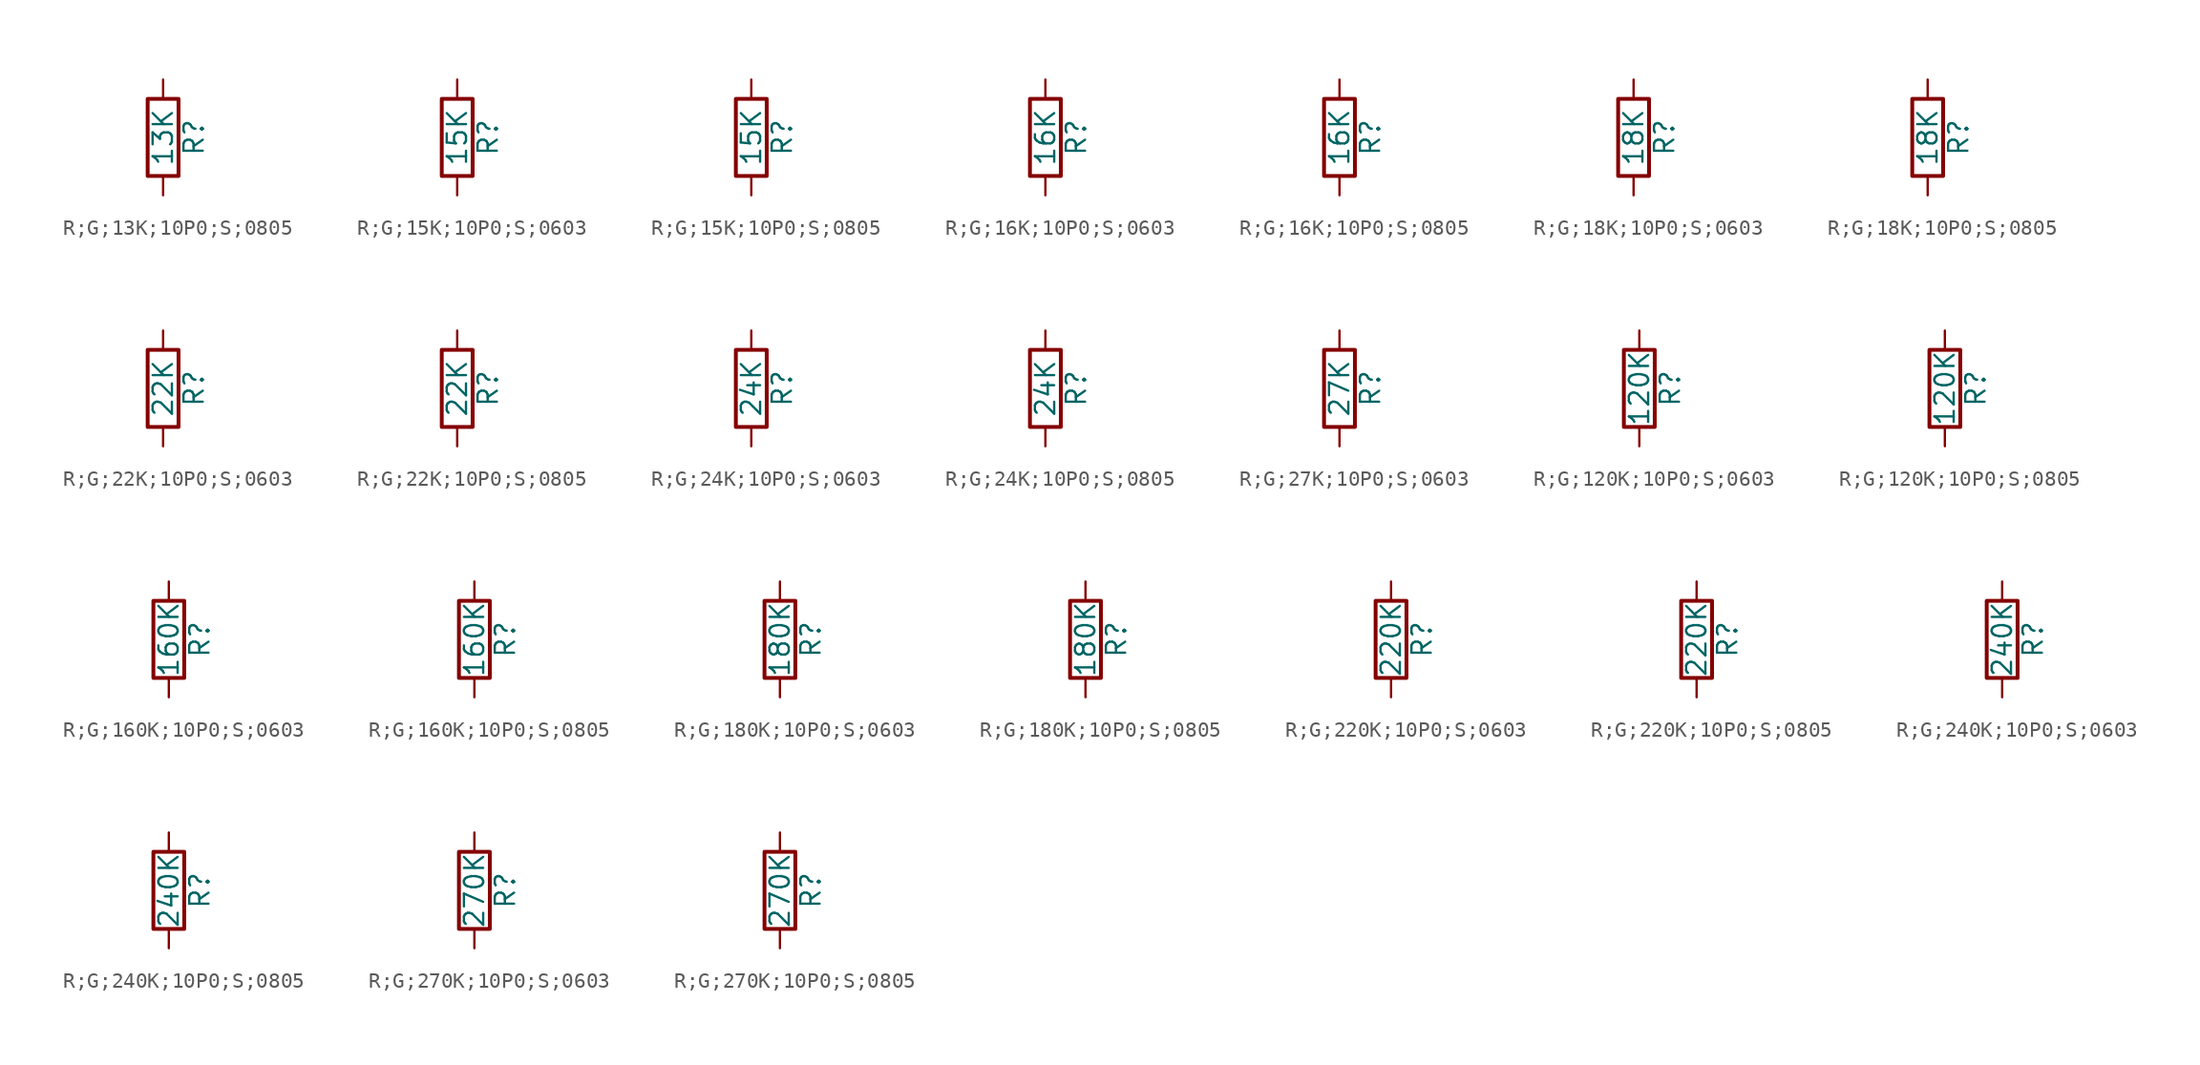
<source format=kicad_sym>
(kicad_symbol_lib
  (version 20231120)
  (generator "kicad_symbol_editor")
  (generator_version "8.0")
  (symbol "R;G;13K;10P0;S;0805"
    (pin_numbers hide)
    (pin_names
      (offset 0))
    (property "Reference" "R"
      (at 2.032 0 90)
      (effects (font (size 1.27 1.27))))
    (property "Value" "13K"
      (at 0 0 90)
      (effects (font (size 1.27 1.27))))
    (symbol "R;G;13K;10P0;S;0805_0_1"
      (rectangle (start -1.016 -2.54) (end 1.016 2.54) (stroke (width 0.254) (type default)) (fill (type none))))
    (symbol "R;G;13K;10P0;S;0805_1_1"
      (pin passive line (at 0 3.81 270) (length 1.27) (name "~" (effects (font (size 1.27 1.27)))) (number "1" (effects (font (size 1.27 1.27)))))
      (pin passive line (at 0 -3.81 90) (length 1.27) (name "~" (effects (font (size 1.27 1.27)))) (number "2" (effects (font (size 1.27 1.27)))))))
  (symbol "R;G;15K;10P0;S;0603"
    (pin_numbers hide)
    (pin_names
      (offset 0))
    (property "Reference" "R"
      (at 2.032 0 90)
      (effects (font (size 1.27 1.27))))
    (property "Value" "15K"
      (at 0 0 90)
      (effects (font (size 1.27 1.27))))
    (symbol "R;G;15K;10P0;S;0603_0_1"
      (rectangle (start -1.016 -2.54) (end 1.016 2.54) (stroke (width 0.254) (type default)) (fill (type none))))
    (symbol "R;G;15K;10P0;S;0603_1_1"
      (pin passive line (at 0 3.81 270) (length 1.27) (name "~" (effects (font (size 1.27 1.27)))) (number "1" (effects (font (size 1.27 1.27)))))
      (pin passive line (at 0 -3.81 90) (length 1.27) (name "~" (effects (font (size 1.27 1.27)))) (number "2" (effects (font (size 1.27 1.27)))))))
  (symbol "R;G;15K;10P0;S;0805"
    (pin_numbers hide)
    (pin_names
      (offset 0))
    (property "Reference" "R"
      (at 2.032 0 90)
      (effects (font (size 1.27 1.27))))
    (property "Value" "15K"
      (at 0 0 90)
      (effects (font (size 1.27 1.27))))
    (symbol "R;G;15K;10P0;S;0805_0_1"
      (rectangle (start -1.016 -2.54) (end 1.016 2.54) (stroke (width 0.254) (type default)) (fill (type none))))
    (symbol "R;G;15K;10P0;S;0805_1_1"
      (pin passive line (at 0 3.81 270) (length 1.27) (name "~" (effects (font (size 1.27 1.27)))) (number "1" (effects (font (size 1.27 1.27)))))
      (pin passive line (at 0 -3.81 90) (length 1.27) (name "~" (effects (font (size 1.27 1.27)))) (number "2" (effects (font (size 1.27 1.27)))))))
  (symbol "R;G;16K;10P0;S;0603"
    (pin_numbers hide)
    (pin_names
      (offset 0))
    (property "Reference" "R"
      (at 2.032 0 90)
      (effects (font (size 1.27 1.27))))
    (property "Value" "16K"
      (at 0 0 90)
      (effects (font (size 1.27 1.27))))
    (symbol "R;G;16K;10P0;S;0603_0_1"
      (rectangle (start -1.016 -2.54) (end 1.016 2.54) (stroke (width 0.254) (type default)) (fill (type none))))
    (symbol "R;G;16K;10P0;S;0603_1_1"
      (pin passive line (at 0 3.81 270) (length 1.27) (name "~" (effects (font (size 1.27 1.27)))) (number "1" (effects (font (size 1.27 1.27)))))
      (pin passive line (at 0 -3.81 90) (length 1.27) (name "~" (effects (font (size 1.27 1.27)))) (number "2" (effects (font (size 1.27 1.27)))))))
  (symbol "R;G;16K;10P0;S;0805"
    (pin_numbers hide)
    (pin_names
      (offset 0))
    (property "Reference" "R"
      (at 2.032 0 90)
      (effects (font (size 1.27 1.27))))
    (property "Value" "16K"
      (at 0 0 90)
      (effects (font (size 1.27 1.27))))
    (symbol "R;G;16K;10P0;S;0805_0_1"
      (rectangle (start -1.016 -2.54) (end 1.016 2.54) (stroke (width 0.254) (type default)) (fill (type none))))
    (symbol "R;G;16K;10P0;S;0805_1_1"
      (pin passive line (at 0 3.81 270) (length 1.27) (name "~" (effects (font (size 1.27 1.27)))) (number "1" (effects (font (size 1.27 1.27)))))
      (pin passive line (at 0 -3.81 90) (length 1.27) (name "~" (effects (font (size 1.27 1.27)))) (number "2" (effects (font (size 1.27 1.27)))))))
  (symbol "R;G;18K;10P0;S;0603"
    (pin_numbers hide)
    (pin_names
      (offset 0))
    (property "Reference" "R"
      (at 2.032 0 90)
      (effects (font (size 1.27 1.27))))
    (property "Value" "18K"
      (at 0 0 90)
      (effects (font (size 1.27 1.27))))
    (symbol "R;G;18K;10P0;S;0603_0_1"
      (rectangle (start -1.016 -2.54) (end 1.016 2.54) (stroke (width 0.254) (type default)) (fill (type none))))
    (symbol "R;G;18K;10P0;S;0603_1_1"
      (pin passive line (at 0 3.81 270) (length 1.27) (name "~" (effects (font (size 1.27 1.27)))) (number "1" (effects (font (size 1.27 1.27)))))
      (pin passive line (at 0 -3.81 90) (length 1.27) (name "~" (effects (font (size 1.27 1.27)))) (number "2" (effects (font (size 1.27 1.27)))))))
  (symbol "R;G;18K;10P0;S;0805"
    (pin_numbers hide)
    (pin_names
      (offset 0))
    (property "Reference" "R"
      (at 2.032 0 90)
      (effects (font (size 1.27 1.27))))
    (property "Value" "18K"
      (at 0 0 90)
      (effects (font (size 1.27 1.27))))
    (symbol "R;G;18K;10P0;S;0805_0_1"
      (rectangle (start -1.016 -2.54) (end 1.016 2.54) (stroke (width 0.254) (type default)) (fill (type none))))
    (symbol "R;G;18K;10P0;S;0805_1_1"
      (pin passive line (at 0 3.81 270) (length 1.27) (name "~" (effects (font (size 1.27 1.27)))) (number "1" (effects (font (size 1.27 1.27)))))
      (pin passive line (at 0 -3.81 90) (length 1.27) (name "~" (effects (font (size 1.27 1.27)))) (number "2" (effects (font (size 1.27 1.27)))))))
  (symbol "R;G;22K;10P0;S;0603"
    (pin_numbers hide)
    (pin_names
      (offset 0))
    (property "Reference" "R"
      (at 2.032 0 90)
      (effects (font (size 1.27 1.27))))
    (property "Value" "22K"
      (at 0 0 90)
      (effects (font (size 1.27 1.27))))
    (symbol "R;G;22K;10P0;S;0603_0_1"
      (rectangle (start -1.016 -2.54) (end 1.016 2.54) (stroke (width 0.254) (type default)) (fill (type none))))
    (symbol "R;G;22K;10P0;S;0603_1_1"
      (pin passive line (at 0 3.81 270) (length 1.27) (name "~" (effects (font (size 1.27 1.27)))) (number "1" (effects (font (size 1.27 1.27)))))
      (pin passive line (at 0 -3.81 90) (length 1.27) (name "~" (effects (font (size 1.27 1.27)))) (number "2" (effects (font (size 1.27 1.27)))))))
  (symbol "R;G;22K;10P0;S;0805"
    (pin_numbers hide)
    (pin_names
      (offset 0))
    (property "Reference" "R"
      (at 2.032 0 90)
      (effects (font (size 1.27 1.27))))
    (property "Value" "22K"
      (at 0 0 90)
      (effects (font (size 1.27 1.27))))
    (symbol "R;G;22K;10P0;S;0805_0_1"
      (rectangle (start -1.016 -2.54) (end 1.016 2.54) (stroke (width 0.254) (type default)) (fill (type none))))
    (symbol "R;G;22K;10P0;S;0805_1_1"
      (pin passive line (at 0 3.81 270) (length 1.27) (name "~" (effects (font (size 1.27 1.27)))) (number "1" (effects (font (size 1.27 1.27)))))
      (pin passive line (at 0 -3.81 90) (length 1.27) (name "~" (effects (font (size 1.27 1.27)))) (number "2" (effects (font (size 1.27 1.27)))))))
  (symbol "R;G;24K;10P0;S;0603"
    (pin_numbers hide)
    (pin_names
      (offset 0))
    (property "Reference" "R"
      (at 2.032 0 90)
      (effects (font (size 1.27 1.27))))
    (property "Value" "24K"
      (at 0 0 90)
      (effects (font (size 1.27 1.27))))
    (symbol "R;G;24K;10P0;S;0603_0_1"
      (rectangle (start -1.016 -2.54) (end 1.016 2.54) (stroke (width 0.254) (type default)) (fill (type none))))
    (symbol "R;G;24K;10P0;S;0603_1_1"
      (pin passive line (at 0 3.81 270) (length 1.27) (name "~" (effects (font (size 1.27 1.27)))) (number "1" (effects (font (size 1.27 1.27)))))
      (pin passive line (at 0 -3.81 90) (length 1.27) (name "~" (effects (font (size 1.27 1.27)))) (number "2" (effects (font (size 1.27 1.27)))))))
  (symbol "R;G;24K;10P0;S;0805"
    (pin_numbers hide)
    (pin_names
      (offset 0))
    (property "Reference" "R"
      (at 2.032 0 90)
      (effects (font (size 1.27 1.27))))
    (property "Value" "24K"
      (at 0 0 90)
      (effects (font (size 1.27 1.27))))
    (symbol "R;G;24K;10P0;S;0805_0_1"
      (rectangle (start -1.016 -2.54) (end 1.016 2.54) (stroke (width 0.254) (type default)) (fill (type none))))
    (symbol "R;G;24K;10P0;S;0805_1_1"
      (pin passive line (at 0 3.81 270) (length 1.27) (name "~" (effects (font (size 1.27 1.27)))) (number "1" (effects (font (size 1.27 1.27)))))
      (pin passive line (at 0 -3.81 90) (length 1.27) (name "~" (effects (font (size 1.27 1.27)))) (number "2" (effects (font (size 1.27 1.27)))))))
  (symbol "R;G;27K;10P0;S;0603"
    (pin_numbers hide)
    (pin_names
      (offset 0))
    (property "Reference" "R"
      (at 2.032 0 90)
      (effects (font (size 1.27 1.27))))
    (property "Value" "27K"
      (at 0 0 90)
      (effects (font (size 1.27 1.27))))
    (symbol "R;G;27K;10P0;S;0603_0_1"
      (rectangle (start -1.016 -2.54) (end 1.016 2.54) (stroke (width 0.254) (type default)) (fill (type none))))
    (symbol "R;G;27K;10P0;S;0603_1_1"
      (pin passive line (at 0 3.81 270) (length 1.27) (name "~" (effects (font (size 1.27 1.27)))) (number "1" (effects (font (size 1.27 1.27)))))
      (pin passive line (at 0 -3.81 90) (length 1.27) (name "~" (effects (font (size 1.27 1.27)))) (number "2" (effects (font (size 1.27 1.27)))))))
  (symbol "R;G;120K;10P0;S;0603"
    (pin_numbers hide)
    (pin_names
      (offset 0))
    (property "Reference" "R"
      (at 2.032 0 90)
      (effects (font (size 1.27 1.27))))
    (property "Value" "120K"
      (at 0 0 90)
      (effects (font (size 1.27 1.27))))
    (symbol "R;G;120K;10P0;S;0603_0_1"
      (rectangle (start -1.016 -2.54) (end 1.016 2.54) (stroke (width 0.254) (type default)) (fill (type none))))
    (symbol "R;G;120K;10P0;S;0603_1_1"
      (pin passive line (at 0 3.81 270) (length 1.27) (name "~" (effects (font (size 1.27 1.27)))) (number "1" (effects (font (size 1.27 1.27)))))
      (pin passive line (at 0 -3.81 90) (length 1.27) (name "~" (effects (font (size 1.27 1.27)))) (number "2" (effects (font (size 1.27 1.27)))))))
  (symbol "R;G;120K;10P0;S;0805"
    (pin_numbers hide)
    (pin_names
      (offset 0))
    (property "Reference" "R"
      (at 2.032 0 90)
      (effects (font (size 1.27 1.27))))
    (property "Value" "120K"
      (at 0 0 90)
      (effects (font (size 1.27 1.27))))
    (symbol "R;G;120K;10P0;S;0805_0_1"
      (rectangle (start -1.016 -2.54) (end 1.016 2.54) (stroke (width 0.254) (type default)) (fill (type none))))
    (symbol "R;G;120K;10P0;S;0805_1_1"
      (pin passive line (at 0 3.81 270) (length 1.27) (name "~" (effects (font (size 1.27 1.27)))) (number "1" (effects (font (size 1.27 1.27)))))
      (pin passive line (at 0 -3.81 90) (length 1.27) (name "~" (effects (font (size 1.27 1.27)))) (number "2" (effects (font (size 1.27 1.27)))))))
  (symbol "R;G;160K;10P0;S;0603"
    (pin_numbers hide)
    (pin_names
      (offset 0))
    (property "Reference" "R"
      (at 2.032 0 90)
      (effects (font (size 1.27 1.27))))
    (property "Value" "160K"
      (at 0 0 90)
      (effects (font (size 1.27 1.27))))
    (symbol "R;G;160K;10P0;S;0603_0_1"
      (rectangle (start -1.016 -2.54) (end 1.016 2.54) (stroke (width 0.254) (type default)) (fill (type none))))
    (symbol "R;G;160K;10P0;S;0603_1_1"
      (pin passive line (at 0 3.81 270) (length 1.27) (name "~" (effects (font (size 1.27 1.27)))) (number "1" (effects (font (size 1.27 1.27)))))
      (pin passive line (at 0 -3.81 90) (length 1.27) (name "~" (effects (font (size 1.27 1.27)))) (number "2" (effects (font (size 1.27 1.27)))))))
  (symbol "R;G;160K;10P0;S;0805"
    (pin_numbers hide)
    (pin_names
      (offset 0))
    (property "Reference" "R"
      (at 2.032 0 90)
      (effects (font (size 1.27 1.27))))
    (property "Value" "160K"
      (at 0 0 90)
      (effects (font (size 1.27 1.27))))
    (symbol "R;G;160K;10P0;S;0805_0_1"
      (rectangle (start -1.016 -2.54) (end 1.016 2.54) (stroke (width 0.254) (type default)) (fill (type none))))
    (symbol "R;G;160K;10P0;S;0805_1_1"
      (pin passive line (at 0 3.81 270) (length 1.27) (name "~" (effects (font (size 1.27 1.27)))) (number "1" (effects (font (size 1.27 1.27)))))
      (pin passive line (at 0 -3.81 90) (length 1.27) (name "~" (effects (font (size 1.27 1.27)))) (number "2" (effects (font (size 1.27 1.27)))))))
  (symbol "R;G;180K;10P0;S;0603"
    (pin_numbers hide)
    (pin_names
      (offset 0))
    (property "Reference" "R"
      (at 2.032 0 90)
      (effects (font (size 1.27 1.27))))
    (property "Value" "180K"
      (at 0 0 90)
      (effects (font (size 1.27 1.27))))
    (symbol "R;G;180K;10P0;S;0603_0_1"
      (rectangle (start -1.016 -2.54) (end 1.016 2.54) (stroke (width 0.254) (type default)) (fill (type none))))
    (symbol "R;G;180K;10P0;S;0603_1_1"
      (pin passive line (at 0 3.81 270) (length 1.27) (name "~" (effects (font (size 1.27 1.27)))) (number "1" (effects (font (size 1.27 1.27)))))
      (pin passive line (at 0 -3.81 90) (length 1.27) (name "~" (effects (font (size 1.27 1.27)))) (number "2" (effects (font (size 1.27 1.27)))))))
  (symbol "R;G;180K;10P0;S;0805"
    (pin_numbers hide)
    (pin_names
      (offset 0))
    (property "Reference" "R"
      (at 2.032 0 90)
      (effects (font (size 1.27 1.27))))
    (property "Value" "180K"
      (at 0 0 90)
      (effects (font (size 1.27 1.27))))
    (symbol "R;G;180K;10P0;S;0805_0_1"
      (rectangle (start -1.016 -2.54) (end 1.016 2.54) (stroke (width 0.254) (type default)) (fill (type none))))
    (symbol "R;G;180K;10P0;S;0805_1_1"
      (pin passive line (at 0 3.81 270) (length 1.27) (name "~" (effects (font (size 1.27 1.27)))) (number "1" (effects (font (size 1.27 1.27)))))
      (pin passive line (at 0 -3.81 90) (length 1.27) (name "~" (effects (font (size 1.27 1.27)))) (number "2" (effects (font (size 1.27 1.27)))))))
  (symbol "R;G;220K;10P0;S;0603"
    (pin_numbers hide)
    (pin_names
      (offset 0))
    (property "Reference" "R"
      (at 2.032 0 90)
      (effects (font (size 1.27 1.27))))
    (property "Value" "220K"
      (at 0 0 90)
      (effects (font (size 1.27 1.27))))
    (symbol "R;G;220K;10P0;S;0603_0_1"
      (rectangle (start -1.016 -2.54) (end 1.016 2.54) (stroke (width 0.254) (type default)) (fill (type none))))
    (symbol "R;G;220K;10P0;S;0603_1_1"
      (pin passive line (at 0 3.81 270) (length 1.27) (name "~" (effects (font (size 1.27 1.27)))) (number "1" (effects (font (size 1.27 1.27)))))
      (pin passive line (at 0 -3.81 90) (length 1.27) (name "~" (effects (font (size 1.27 1.27)))) (number "2" (effects (font (size 1.27 1.27)))))))
  (symbol "R;G;220K;10P0;S;0805"
    (pin_numbers hide)
    (pin_names
      (offset 0))
    (property "Reference" "R"
      (at 2.032 0 90)
      (effects (font (size 1.27 1.27))))
    (property "Value" "220K"
      (at 0 0 90)
      (effects (font (size 1.27 1.27))))
    (symbol "R;G;220K;10P0;S;0805_0_1"
      (rectangle (start -1.016 -2.54) (end 1.016 2.54) (stroke (width 0.254) (type default)) (fill (type none))))
    (symbol "R;G;220K;10P0;S;0805_1_1"
      (pin passive line (at 0 3.81 270) (length 1.27) (name "~" (effects (font (size 1.27 1.27)))) (number "1" (effects (font (size 1.27 1.27)))))
      (pin passive line (at 0 -3.81 90) (length 1.27) (name "~" (effects (font (size 1.27 1.27)))) (number "2" (effects (font (size 1.27 1.27)))))))
  (symbol "R;G;240K;10P0;S;0603"
    (pin_numbers hide)
    (pin_names
      (offset 0))
    (property "Reference" "R"
      (at 2.032 0 90)
      (effects (font (size 1.27 1.27))))
    (property "Value" "240K"
      (at 0 0 90)
      (effects (font (size 1.27 1.27))))
    (symbol "R;G;240K;10P0;S;0603_0_1"
      (rectangle (start -1.016 -2.54) (end 1.016 2.54) (stroke (width 0.254) (type default)) (fill (type none))))
    (symbol "R;G;240K;10P0;S;0603_1_1"
      (pin passive line (at 0 3.81 270) (length 1.27) (name "~" (effects (font (size 1.27 1.27)))) (number "1" (effects (font (size 1.27 1.27)))))
      (pin passive line (at 0 -3.81 90) (length 1.27) (name "~" (effects (font (size 1.27 1.27)))) (number "2" (effects (font (size 1.27 1.27)))))))
  (symbol "R;G;240K;10P0;S;0805"
    (pin_numbers hide)
    (pin_names
      (offset 0))
    (property "Reference" "R"
      (at 2.032 0 90)
      (effects (font (size 1.27 1.27))))
    (property "Value" "240K"
      (at 0 0 90)
      (effects (font (size 1.27 1.27))))
    (symbol "R;G;240K;10P0;S;0805_0_1"
      (rectangle (start -1.016 -2.54) (end 1.016 2.54) (stroke (width 0.254) (type default)) (fill (type none))))
    (symbol "R;G;240K;10P0;S;0805_1_1"
      (pin passive line (at 0 3.81 270) (length 1.27) (name "~" (effects (font (size 1.27 1.27)))) (number "1" (effects (font (size 1.27 1.27)))))
      (pin passive line (at 0 -3.81 90) (length 1.27) (name "~" (effects (font (size 1.27 1.27)))) (number "2" (effects (font (size 1.27 1.27)))))))
  (symbol "R;G;270K;10P0;S;0603"
    (pin_numbers hide)
    (pin_names
      (offset 0))
    (property "Reference" "R"
      (at 2.032 0 90)
      (effects (font (size 1.27 1.27))))
    (property "Value" "270K"
      (at 0 0 90)
      (effects (font (size 1.27 1.27))))
    (symbol "R;G;270K;10P0;S;0603_0_1"
      (rectangle (start -1.016 -2.54) (end 1.016 2.54) (stroke (width 0.254) (type default)) (fill (type none))))
    (symbol "R;G;270K;10P0;S;0603_1_1"
      (pin passive line (at 0 3.81 270) (length 1.27) (name "~" (effects (font (size 1.27 1.27)))) (number "1" (effects (font (size 1.27 1.27)))))
      (pin passive line (at 0 -3.81 90) (length 1.27) (name "~" (effects (font (size 1.27 1.27)))) (number "2" (effects (font (size 1.27 1.27)))))))
  (symbol "R;G;270K;10P0;S;0805"
    (pin_numbers hide)
    (pin_names
      (offset 0))
    (property "Reference" "R"
      (at 2.032 0 90)
      (effects (font (size 1.27 1.27))))
    (property "Value" "270K"
      (at 0 0 90)
      (effects (font (size 1.27 1.27))))
    (symbol "R;G;270K;10P0;S;0805_0_1"
      (rectangle (start -1.016 -2.54) (end 1.016 2.54) (stroke (width 0.254) (type default)) (fill (type none))))
    (symbol "R;G;270K;10P0;S;0805_1_1"
      (pin passive line (at 0 3.81 270) (length 1.27) (name "~" (effects (font (size 1.27 1.27)))) (number "1" (effects (font (size 1.27 1.27)))))
      (pin passive line (at 0 -3.81 90) (length 1.27) (name "~" (effects (font (size 1.27 1.27)))) (number "2" (effects (font (size 1.27 1.27))))))))
</source>
